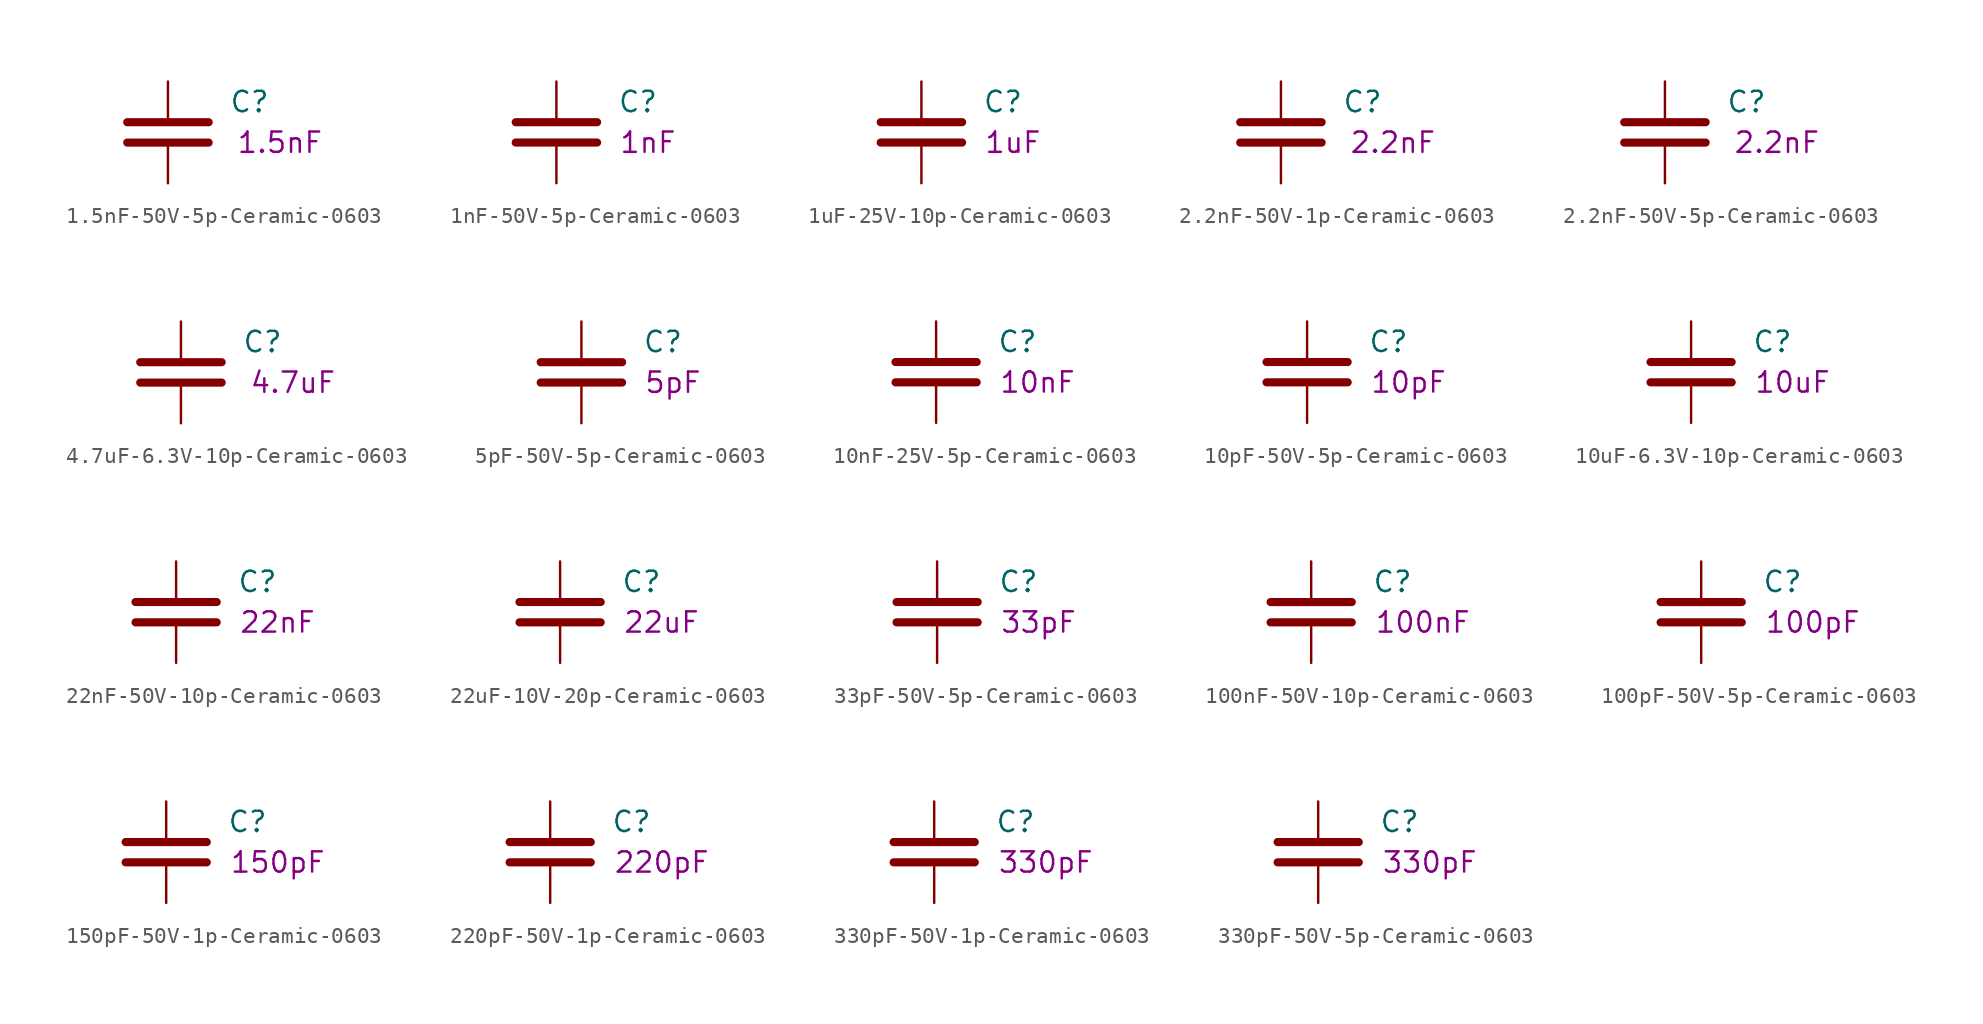
<source format=kicad_sym>
(kicad_symbol_lib
  (version 20211014)
  (generator kicad_symbol_editor)
  (symbol "1.5nF-50V-5p-Ceramic-0603"
    (pin_numbers hide)
    (pin_names
      (offset 0.254))
    (property "Reference" "C"
      (at 3.81 -1.27 0)
      (effects (font (size 1.27 1.27)) (justify left)))
    (property "Datasheet" ""
      (at 0 0 0)
      (effects (font (size 1.27 1.27))))
    (property "Desc1" "1.5nF"
      (at 6.985 -3.81 0)
      (effects (font (size 1.27 1.27))))
    (symbol "1.5nF-50V-5p-Ceramic-0603_0_1"
      (polyline (pts (xy -2.54 -3.81) (xy 2.54 -3.81)) (stroke (width 0.508) (type default) (color 0 0 0 0)) (fill (type none)))
      (polyline (pts (xy -2.54 -2.54) (xy 2.54 -2.54)) (stroke (width 0.508) (type default) (color 0 0 0 0)) (fill (type none))))
    (symbol "1.5nF-50V-5p-Ceramic-0603_1_1"
      (pin passive line (at 0 0 270) (length 2.286) (name "~" (effects (font (size 1.016 1.016)))) (number "1" (effects (font (size 1.016 1.016)))))
      (pin passive line (at 0 -6.35 90) (length 2.286) (name "~" (effects (font (size 1.016 1.016)))) (number "2" (effects (font (size 1.016 1.016)))))))
  (symbol "1nF-50V-5p-Ceramic-0603"
    (pin_numbers hide)
    (pin_names
      (offset 0.254))
    (property "Reference" "C"
      (at 3.81 -1.27 0)
      (effects (font (size 1.27 1.27)) (justify left)))
    (property "Datasheet" ""
      (at 0 0 0)
      (effects (font (size 1.27 1.27))))
    (property "Desc1" "1nF"
      (at 5.715 -3.81 0)
      (effects (font (size 1.27 1.27))))
    (symbol "1nF-50V-5p-Ceramic-0603_0_1"
      (polyline (pts (xy -2.54 -3.81) (xy 2.54 -3.81)) (stroke (width 0.508) (type default) (color 0 0 0 0)) (fill (type none)))
      (polyline (pts (xy -2.54 -2.54) (xy 2.54 -2.54)) (stroke (width 0.508) (type default) (color 0 0 0 0)) (fill (type none))))
    (symbol "1nF-50V-5p-Ceramic-0603_1_1"
      (pin passive line (at 0 0 270) (length 2.286) (name "~" (effects (font (size 1.016 1.016)))) (number "1" (effects (font (size 1.016 1.016)))))
      (pin passive line (at 0 -6.35 90) (length 2.286) (name "~" (effects (font (size 1.016 1.016)))) (number "2" (effects (font (size 1.016 1.016)))))))
  (symbol "1uF-25V-10p-Ceramic-0603"
    (pin_numbers hide)
    (pin_names
      (offset 0.254))
    (property "Reference" "C"
      (at 3.81 -1.27 0)
      (effects (font (size 1.27 1.27)) (justify left)))
    (property "Datasheet" ""
      (at 0 0 0)
      (effects (font (size 1.27 1.27))))
    (property "Desc1" "1uF"
      (at 5.715 -3.81 0)
      (effects (font (size 1.27 1.27))))
    (symbol "1uF-25V-10p-Ceramic-0603_0_1"
      (polyline (pts (xy -2.54 -3.81) (xy 2.54 -3.81)) (stroke (width 0.508) (type default) (color 0 0 0 0)) (fill (type none)))
      (polyline (pts (xy -2.54 -2.54) (xy 2.54 -2.54)) (stroke (width 0.508) (type default) (color 0 0 0 0)) (fill (type none))))
    (symbol "1uF-25V-10p-Ceramic-0603_1_1"
      (pin passive line (at 0 0 270) (length 2.286) (name "~" (effects (font (size 1.016 1.016)))) (number "1" (effects (font (size 1.016 1.016)))))
      (pin passive line (at 0 -6.35 90) (length 2.286) (name "~" (effects (font (size 1.016 1.016)))) (number "2" (effects (font (size 1.016 1.016)))))))
  (symbol "2.2nF-50V-1p-Ceramic-0603"
    (pin_numbers hide)
    (pin_names
      (offset 0.254))
    (property "Reference" "C"
      (at 3.81 -1.27 0)
      (effects (font (size 1.27 1.27)) (justify left)))
    (property "Datasheet" ""
      (at 0 0 0)
      (effects (font (size 1.27 1.27))))
    (property "Desc1" "2.2nF"
      (at 6.985 -3.81 0)
      (effects (font (size 1.27 1.27))))
    (symbol "2.2nF-50V-1p-Ceramic-0603_0_1"
      (polyline (pts (xy -2.54 -3.81) (xy 2.54 -3.81)) (stroke (width 0.508) (type default) (color 0 0 0 0)) (fill (type none)))
      (polyline (pts (xy -2.54 -2.54) (xy 2.54 -2.54)) (stroke (width 0.508) (type default) (color 0 0 0 0)) (fill (type none))))
    (symbol "2.2nF-50V-1p-Ceramic-0603_1_1"
      (pin passive line (at 0 0 270) (length 2.286) (name "~" (effects (font (size 1.016 1.016)))) (number "1" (effects (font (size 1.016 1.016)))))
      (pin passive line (at 0 -6.35 90) (length 2.286) (name "~" (effects (font (size 1.016 1.016)))) (number "2" (effects (font (size 1.016 1.016)))))))
  (symbol "2.2nF-50V-5p-Ceramic-0603"
    (pin_numbers hide)
    (pin_names
      (offset 0.254))
    (property "Reference" "C"
      (at 3.81 -1.27 0)
      (effects (font (size 1.27 1.27)) (justify left)))
    (property "Datasheet" ""
      (at 0 0 0)
      (effects (font (size 1.27 1.27))))
    (property "Desc1" "2.2nF"
      (at 6.985 -3.81 0)
      (effects (font (size 1.27 1.27))))
    (symbol "2.2nF-50V-5p-Ceramic-0603_0_1"
      (polyline (pts (xy -2.54 -3.81) (xy 2.54 -3.81)) (stroke (width 0.508) (type default) (color 0 0 0 0)) (fill (type none)))
      (polyline (pts (xy -2.54 -2.54) (xy 2.54 -2.54)) (stroke (width 0.508) (type default) (color 0 0 0 0)) (fill (type none))))
    (symbol "2.2nF-50V-5p-Ceramic-0603_1_1"
      (pin passive line (at 0 0 270) (length 2.286) (name "~" (effects (font (size 1.016 1.016)))) (number "1" (effects (font (size 1.016 1.016)))))
      (pin passive line (at 0 -6.35 90) (length 2.286) (name "~" (effects (font (size 1.016 1.016)))) (number "2" (effects (font (size 1.016 1.016)))))))
  (symbol "4.7uF-6.3V-10p-Ceramic-0603"
    (pin_numbers hide)
    (pin_names
      (offset 0.254))
    (property "Reference" "C"
      (at 3.81 -1.27 0)
      (effects (font (size 1.27 1.27)) (justify left)))
    (property "Datasheet" ""
      (at 0 0 0)
      (effects (font (size 1.27 1.27))))
    (property "Desc1" "4.7uF"
      (at 6.985 -3.81 0)
      (effects (font (size 1.27 1.27))))
    (symbol "4.7uF-6.3V-10p-Ceramic-0603_0_1"
      (polyline (pts (xy -2.54 -3.81) (xy 2.54 -3.81)) (stroke (width 0.508) (type default) (color 0 0 0 0)) (fill (type none)))
      (polyline (pts (xy -2.54 -2.54) (xy 2.54 -2.54)) (stroke (width 0.508) (type default) (color 0 0 0 0)) (fill (type none))))
    (symbol "4.7uF-6.3V-10p-Ceramic-0603_1_1"
      (pin passive line (at 0 0 270) (length 2.286) (name "~" (effects (font (size 1.016 1.016)))) (number "1" (effects (font (size 1.016 1.016)))))
      (pin passive line (at 0 -6.35 90) (length 2.286) (name "~" (effects (font (size 1.016 1.016)))) (number "2" (effects (font (size 1.016 1.016)))))))
  (symbol "5pF-50V-5p-Ceramic-0603"
    (pin_numbers hide)
    (pin_names
      (offset 0.254))
    (property "Reference" "C"
      (at 3.81 -1.27 0)
      (effects (font (size 1.27 1.27)) (justify left)))
    (property "Datasheet" ""
      (at 0 0 0)
      (effects (font (size 1.27 1.27))))
    (property "Desc1" "5pF"
      (at 5.715 -3.81 0)
      (effects (font (size 1.27 1.27))))
    (symbol "5pF-50V-5p-Ceramic-0603_0_1"
      (polyline (pts (xy -2.54 -3.81) (xy 2.54 -3.81)) (stroke (width 0.508) (type default) (color 0 0 0 0)) (fill (type none)))
      (polyline (pts (xy -2.54 -2.54) (xy 2.54 -2.54)) (stroke (width 0.508) (type default) (color 0 0 0 0)) (fill (type none))))
    (symbol "5pF-50V-5p-Ceramic-0603_1_1"
      (pin passive line (at 0 0 270) (length 2.286) (name "~" (effects (font (size 1.016 1.016)))) (number "1" (effects (font (size 1.016 1.016)))))
      (pin passive line (at 0 -6.35 90) (length 2.286) (name "~" (effects (font (size 1.016 1.016)))) (number "2" (effects (font (size 1.016 1.016)))))))
  (symbol "10nF-25V-5p-Ceramic-0603"
    (pin_numbers hide)
    (pin_names
      (offset 0.254))
    (property "Reference" "C"
      (at 3.81 -1.27 0)
      (effects (font (size 1.27 1.27)) (justify left)))
    (property "Datasheet" ""
      (at 0 0 0)
      (effects (font (size 1.27 1.27))))
    (property "Desc1" "10nF"
      (at 6.35 -3.81 0)
      (effects (font (size 1.27 1.27))))
    (symbol "10nF-25V-5p-Ceramic-0603_0_1"
      (polyline (pts (xy -2.54 -3.81) (xy 2.54 -3.81)) (stroke (width 0.508) (type default) (color 0 0 0 0)) (fill (type none)))
      (polyline (pts (xy -2.54 -2.54) (xy 2.54 -2.54)) (stroke (width 0.508) (type default) (color 0 0 0 0)) (fill (type none))))
    (symbol "10nF-25V-5p-Ceramic-0603_1_1"
      (pin passive line (at 0 0 270) (length 2.286) (name "~" (effects (font (size 1.016 1.016)))) (number "1" (effects (font (size 1.016 1.016)))))
      (pin passive line (at 0 -6.35 90) (length 2.286) (name "~" (effects (font (size 1.016 1.016)))) (number "2" (effects (font (size 1.016 1.016)))))))
  (symbol "10pF-50V-5p-Ceramic-0603"
    (pin_numbers hide)
    (pin_names
      (offset 0.254))
    (property "Reference" "C"
      (at 3.81 -1.27 0)
      (effects (font (size 1.27 1.27)) (justify left)))
    (property "Datasheet" ""
      (at 0 0 0)
      (effects (font (size 1.27 1.27))))
    (property "Desc1" "10pF"
      (at 6.35 -3.81 0)
      (effects (font (size 1.27 1.27))))
    (symbol "10pF-50V-5p-Ceramic-0603_0_1"
      (polyline (pts (xy -2.54 -3.81) (xy 2.54 -3.81)) (stroke (width 0.508) (type default) (color 0 0 0 0)) (fill (type none)))
      (polyline (pts (xy -2.54 -2.54) (xy 2.54 -2.54)) (stroke (width 0.508) (type default) (color 0 0 0 0)) (fill (type none))))
    (symbol "10pF-50V-5p-Ceramic-0603_1_1"
      (pin passive line (at 0 0 270) (length 2.286) (name "~" (effects (font (size 1.016 1.016)))) (number "1" (effects (font (size 1.016 1.016)))))
      (pin passive line (at 0 -6.35 90) (length 2.286) (name "~" (effects (font (size 1.016 1.016)))) (number "2" (effects (font (size 1.016 1.016)))))))
  (symbol "10uF-6.3V-10p-Ceramic-0603"
    (pin_numbers hide)
    (pin_names
      (offset 0.254))
    (property "Reference" "C"
      (at 3.81 -1.27 0)
      (effects (font (size 1.27 1.27)) (justify left)))
    (property "Datasheet" ""
      (at 0 0 0)
      (effects (font (size 1.27 1.27))))
    (property "Desc1" "10uF"
      (at 6.35 -3.81 0)
      (effects (font (size 1.27 1.27))))
    (symbol "10uF-6.3V-10p-Ceramic-0603_0_1"
      (polyline (pts (xy -2.54 -3.81) (xy 2.54 -3.81)) (stroke (width 0.508) (type default) (color 0 0 0 0)) (fill (type none)))
      (polyline (pts (xy -2.54 -2.54) (xy 2.54 -2.54)) (stroke (width 0.508) (type default) (color 0 0 0 0)) (fill (type none))))
    (symbol "10uF-6.3V-10p-Ceramic-0603_1_1"
      (pin passive line (at 0 0 270) (length 2.286) (name "~" (effects (font (size 1.016 1.016)))) (number "1" (effects (font (size 1.016 1.016)))))
      (pin passive line (at 0 -6.35 90) (length 2.286) (name "~" (effects (font (size 1.016 1.016)))) (number "2" (effects (font (size 1.016 1.016)))))))
  (symbol "22nF-50V-10p-Ceramic-0603"
    (pin_numbers hide)
    (pin_names
      (offset 0.254))
    (property "Reference" "C"
      (at 3.81 -1.27 0)
      (effects (font (size 1.27 1.27)) (justify left)))
    (property "Datasheet" ""
      (at 0 0 0)
      (effects (font (size 1.27 1.27))))
    (property "Desc1" "22nF"
      (at 6.35 -3.81 0)
      (effects (font (size 1.27 1.27))))
    (symbol "22nF-50V-10p-Ceramic-0603_0_1"
      (polyline (pts (xy -2.54 -3.81) (xy 2.54 -3.81)) (stroke (width 0.508) (type default) (color 0 0 0 0)) (fill (type none)))
      (polyline (pts (xy -2.54 -2.54) (xy 2.54 -2.54)) (stroke (width 0.508) (type default) (color 0 0 0 0)) (fill (type none))))
    (symbol "22nF-50V-10p-Ceramic-0603_1_1"
      (pin passive line (at 0 0 270) (length 2.286) (name "~" (effects (font (size 1.016 1.016)))) (number "1" (effects (font (size 1.016 1.016)))))
      (pin passive line (at 0 -6.35 90) (length 2.286) (name "~" (effects (font (size 1.016 1.016)))) (number "2" (effects (font (size 1.016 1.016)))))))
  (symbol "22uF-10V-20p-Ceramic-0603"
    (pin_numbers hide)
    (pin_names
      (offset 0.254))
    (property "Reference" "C"
      (at 3.81 -1.27 0)
      (effects (font (size 1.27 1.27)) (justify left)))
    (property "Datasheet" ""
      (at 0 0 0)
      (effects (font (size 1.27 1.27))))
    (property "Desc1" "22uF"
      (at 6.35 -3.81 0)
      (effects (font (size 1.27 1.27))))
    (symbol "22uF-10V-20p-Ceramic-0603_0_1"
      (polyline (pts (xy -2.54 -3.81) (xy 2.54 -3.81)) (stroke (width 0.508) (type default) (color 0 0 0 0)) (fill (type none)))
      (polyline (pts (xy -2.54 -2.54) (xy 2.54 -2.54)) (stroke (width 0.508) (type default) (color 0 0 0 0)) (fill (type none))))
    (symbol "22uF-10V-20p-Ceramic-0603_1_1"
      (pin passive line (at 0 0 270) (length 2.286) (name "~" (effects (font (size 1.016 1.016)))) (number "1" (effects (font (size 1.016 1.016)))))
      (pin passive line (at 0 -6.35 90) (length 2.286) (name "~" (effects (font (size 1.016 1.016)))) (number "2" (effects (font (size 1.016 1.016)))))))
  (symbol "33pF-50V-5p-Ceramic-0603"
    (pin_numbers hide)
    (pin_names
      (offset 0.254))
    (property "Reference" "C"
      (at 3.81 -1.27 0)
      (effects (font (size 1.27 1.27)) (justify left)))
    (property "Datasheet" ""
      (at 0 0 0)
      (effects (font (size 1.27 1.27))))
    (property "Desc1" "33pF"
      (at 6.35 -3.81 0)
      (effects (font (size 1.27 1.27))))
    (symbol "33pF-50V-5p-Ceramic-0603_0_1"
      (polyline (pts (xy -2.54 -3.81) (xy 2.54 -3.81)) (stroke (width 0.508) (type default) (color 0 0 0 0)) (fill (type none)))
      (polyline (pts (xy -2.54 -2.54) (xy 2.54 -2.54)) (stroke (width 0.508) (type default) (color 0 0 0 0)) (fill (type none))))
    (symbol "33pF-50V-5p-Ceramic-0603_1_1"
      (pin passive line (at 0 0 270) (length 2.286) (name "~" (effects (font (size 1.016 1.016)))) (number "1" (effects (font (size 1.016 1.016)))))
      (pin passive line (at 0 -6.35 90) (length 2.286) (name "~" (effects (font (size 1.016 1.016)))) (number "2" (effects (font (size 1.016 1.016)))))))
  (symbol "100nF-50V-10p-Ceramic-0603"
    (pin_numbers hide)
    (pin_names
      (offset 0.254))
    (property "Reference" "C"
      (at 3.81 -1.27 0)
      (effects (font (size 1.27 1.27)) (justify left)))
    (property "Datasheet" ""
      (at 0 0 0)
      (effects (font (size 1.27 1.27))))
    (property "Desc1" "100nF"
      (at 6.985 -3.81 0)
      (effects (font (size 1.27 1.27))))
    (symbol "100nF-50V-10p-Ceramic-0603_0_1"
      (polyline (pts (xy -2.54 -3.81) (xy 2.54 -3.81)) (stroke (width 0.508) (type default) (color 0 0 0 0)) (fill (type none)))
      (polyline (pts (xy -2.54 -2.54) (xy 2.54 -2.54)) (stroke (width 0.508) (type default) (color 0 0 0 0)) (fill (type none))))
    (symbol "100nF-50V-10p-Ceramic-0603_1_1"
      (pin passive line (at 0 0 270) (length 2.286) (name "~" (effects (font (size 1.016 1.016)))) (number "1" (effects (font (size 1.016 1.016)))))
      (pin passive line (at 0 -6.35 90) (length 2.286) (name "~" (effects (font (size 1.016 1.016)))) (number "2" (effects (font (size 1.016 1.016)))))))
  (symbol "100pF-50V-5p-Ceramic-0603"
    (pin_numbers hide)
    (pin_names
      (offset 0.254))
    (property "Reference" "C"
      (at 3.81 -1.27 0)
      (effects (font (size 1.27 1.27)) (justify left)))
    (property "Datasheet" ""
      (at 0 0 0)
      (effects (font (size 1.27 1.27))))
    (property "Desc1" "100pF"
      (at 6.985 -3.81 0)
      (effects (font (size 1.27 1.27))))
    (symbol "100pF-50V-5p-Ceramic-0603_0_1"
      (polyline (pts (xy -2.54 -3.81) (xy 2.54 -3.81)) (stroke (width 0.508) (type default) (color 0 0 0 0)) (fill (type none)))
      (polyline (pts (xy -2.54 -2.54) (xy 2.54 -2.54)) (stroke (width 0.508) (type default) (color 0 0 0 0)) (fill (type none))))
    (symbol "100pF-50V-5p-Ceramic-0603_1_1"
      (pin passive line (at 0 0 270) (length 2.286) (name "~" (effects (font (size 1.016 1.016)))) (number "1" (effects (font (size 1.016 1.016)))))
      (pin passive line (at 0 -6.35 90) (length 2.286) (name "~" (effects (font (size 1.016 1.016)))) (number "2" (effects (font (size 1.016 1.016)))))))
  (symbol "150pF-50V-1p-Ceramic-0603"
    (pin_numbers hide)
    (pin_names
      (offset 0.254))
    (property "Reference" "C"
      (at 3.81 -1.27 0)
      (effects (font (size 1.27 1.27)) (justify left)))
    (property "Datasheet" ""
      (at 0 0 0)
      (effects (font (size 1.27 1.27))))
    (property "Desc1" "150pF"
      (at 6.985 -3.81 0)
      (effects (font (size 1.27 1.27))))
    (symbol "150pF-50V-1p-Ceramic-0603_0_1"
      (polyline (pts (xy -2.54 -3.81) (xy 2.54 -3.81)) (stroke (width 0.508) (type default) (color 0 0 0 0)) (fill (type none)))
      (polyline (pts (xy -2.54 -2.54) (xy 2.54 -2.54)) (stroke (width 0.508) (type default) (color 0 0 0 0)) (fill (type none))))
    (symbol "150pF-50V-1p-Ceramic-0603_1_1"
      (pin passive line (at 0 0 270) (length 2.286) (name "~" (effects (font (size 1.016 1.016)))) (number "1" (effects (font (size 1.016 1.016)))))
      (pin passive line (at 0 -6.35 90) (length 2.286) (name "~" (effects (font (size 1.016 1.016)))) (number "2" (effects (font (size 1.016 1.016)))))))
  (symbol "220pF-50V-1p-Ceramic-0603"
    (pin_numbers hide)
    (pin_names
      (offset 0.254))
    (property "Reference" "C"
      (at 3.81 -1.27 0)
      (effects (font (size 1.27 1.27)) (justify left)))
    (property "Datasheet" ""
      (at 0 0 0)
      (effects (font (size 1.27 1.27))))
    (property "Desc1" "220pF"
      (at 6.985 -3.81 0)
      (effects (font (size 1.27 1.27))))
    (symbol "220pF-50V-1p-Ceramic-0603_0_1"
      (polyline (pts (xy -2.54 -3.81) (xy 2.54 -3.81)) (stroke (width 0.508) (type default) (color 0 0 0 0)) (fill (type none)))
      (polyline (pts (xy -2.54 -2.54) (xy 2.54 -2.54)) (stroke (width 0.508) (type default) (color 0 0 0 0)) (fill (type none))))
    (symbol "220pF-50V-1p-Ceramic-0603_1_1"
      (pin passive line (at 0 0 270) (length 2.286) (name "~" (effects (font (size 1.016 1.016)))) (number "1" (effects (font (size 1.016 1.016)))))
      (pin passive line (at 0 -6.35 90) (length 2.286) (name "~" (effects (font (size 1.016 1.016)))) (number "2" (effects (font (size 1.016 1.016)))))))
  (symbol "330pF-50V-1p-Ceramic-0603"
    (pin_numbers hide)
    (pin_names
      (offset 0.254))
    (property "Reference" "C"
      (at 3.81 -1.27 0)
      (effects (font (size 1.27 1.27)) (justify left)))
    (property "Datasheet" ""
      (at 0 0 0)
      (effects (font (size 1.27 1.27))))
    (property "Desc1" "330pF"
      (at 6.985 -3.81 0)
      (effects (font (size 1.27 1.27))))
    (symbol "330pF-50V-1p-Ceramic-0603_0_1"
      (polyline (pts (xy -2.54 -3.81) (xy 2.54 -3.81)) (stroke (width 0.508) (type default) (color 0 0 0 0)) (fill (type none)))
      (polyline (pts (xy -2.54 -2.54) (xy 2.54 -2.54)) (stroke (width 0.508) (type default) (color 0 0 0 0)) (fill (type none))))
    (symbol "330pF-50V-1p-Ceramic-0603_1_1"
      (pin passive line (at 0 0 270) (length 2.286) (name "~" (effects (font (size 1.016 1.016)))) (number "1" (effects (font (size 1.016 1.016)))))
      (pin passive line (at 0 -6.35 90) (length 2.286) (name "~" (effects (font (size 1.016 1.016)))) (number "2" (effects (font (size 1.016 1.016)))))))
  (symbol "330pF-50V-5p-Ceramic-0603"
    (pin_numbers hide)
    (pin_names
      (offset 0.254))
    (property "Reference" "C"
      (at 3.81 -1.27 0)
      (effects (font (size 1.27 1.27)) (justify left)))
    (property "Datasheet" ""
      (at 0 0 0)
      (effects (font (size 1.27 1.27))))
    (property "Desc1" "330pF"
      (at 6.985 -3.81 0)
      (effects (font (size 1.27 1.27))))
    (symbol "330pF-50V-5p-Ceramic-0603_0_1"
      (polyline (pts (xy -2.54 -3.81) (xy 2.54 -3.81)) (stroke (width 0.508) (type default) (color 0 0 0 0)) (fill (type none)))
      (polyline (pts (xy -2.54 -2.54) (xy 2.54 -2.54)) (stroke (width 0.508) (type default) (color 0 0 0 0)) (fill (type none))))
    (symbol "330pF-50V-5p-Ceramic-0603_1_1"
      (pin passive line (at 0 0 270) (length 2.286) (name "~" (effects (font (size 1.016 1.016)))) (number "1" (effects (font (size 1.016 1.016)))))
      (pin passive line (at 0 -6.35 90) (length 2.286) (name "~" (effects (font (size 1.016 1.016)))) (number "2" (effects (font (size 1.016 1.016))))))))
</source>
